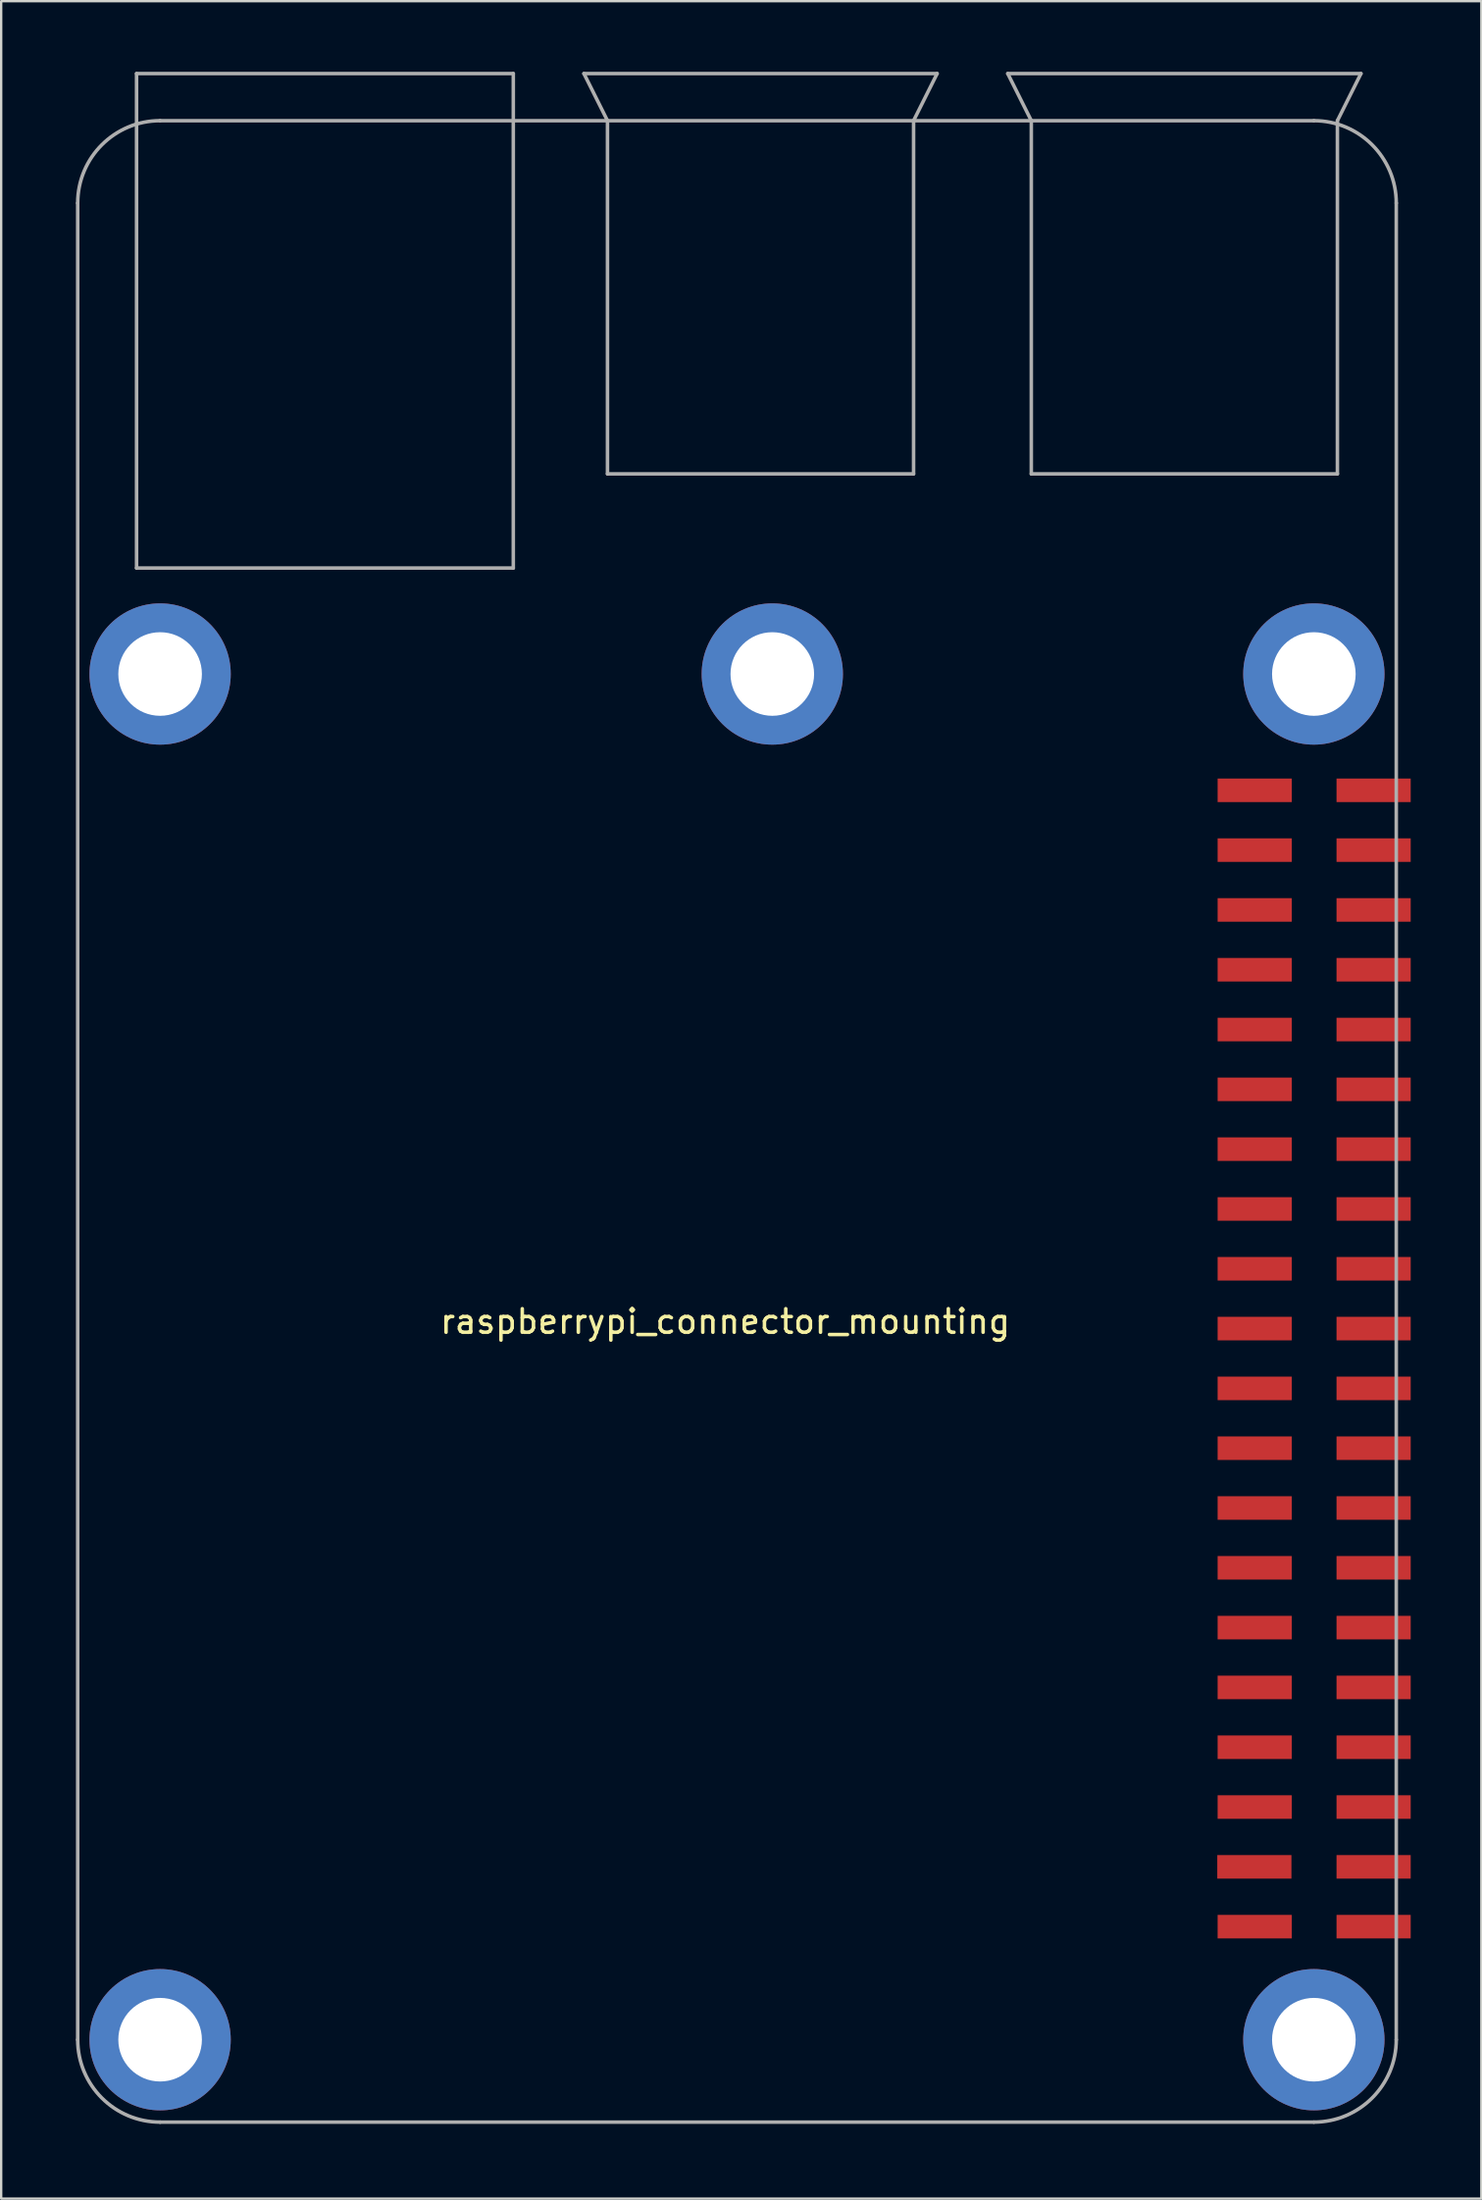
<source format=kicad_pcb>
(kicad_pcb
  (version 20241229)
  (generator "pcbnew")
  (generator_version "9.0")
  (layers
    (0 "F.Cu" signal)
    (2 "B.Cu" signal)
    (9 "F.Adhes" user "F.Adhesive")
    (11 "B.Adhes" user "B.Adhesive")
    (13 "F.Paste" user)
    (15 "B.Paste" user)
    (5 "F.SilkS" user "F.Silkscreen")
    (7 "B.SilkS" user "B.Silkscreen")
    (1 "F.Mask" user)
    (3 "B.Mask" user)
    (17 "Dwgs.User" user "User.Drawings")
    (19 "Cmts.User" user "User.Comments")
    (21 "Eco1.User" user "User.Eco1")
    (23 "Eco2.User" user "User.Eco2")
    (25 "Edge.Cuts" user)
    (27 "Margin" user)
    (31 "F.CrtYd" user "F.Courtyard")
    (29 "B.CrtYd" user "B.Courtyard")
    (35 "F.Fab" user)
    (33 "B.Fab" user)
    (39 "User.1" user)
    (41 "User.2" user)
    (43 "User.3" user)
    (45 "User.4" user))
  (footprint "raspberrypi_connector_mounting"
    (layer "F.Cu")
    (at 0.25 87.075)
    (property "Reference" "raspberrypi_connector_mounting" (at 27.5 -34 0) (layer "F.SilkS") (effects (font (size 1 1) (thickness 0.15))))
    (attr smd)
    (fp_arc (start 1.074644 -62.106339) (mid 1.69826 -63.233128) (end 2.8 -63.9) (stroke (width 1) (type solid)) (layer "F.Paste"))
    (fp_arc (start 2.8 -59.1) (mid 1.732233 -59.732233) (end 1.1 -60.8) (stroke (width 1) (type solid)) (layer "F.Paste"))
    (fp_arc (start 4.3213 -63.861242) (mid 5.312215 -63.222171) (end 5.9 -62.2) (stroke (width 1) (type solid)) (layer "F.Paste"))
    (fp_arc (start 5.871522 -60.795809) (mid 5.210681 -59.712943) (end 4.1 -59.1) (stroke (width 1) (type solid)) (layer "F.Paste"))
    (fp_arc (start 50.074644 -4.106339) (mid 50.69826 -5.233128) (end 51.8 -5.9) (stroke (width 1) (type solid)) (layer "F.Paste"))
    (fp_arc (start 51.8 -1.1) (mid 50.732233 -1.732233) (end 50.1 -2.8) (stroke (width 1) (type solid)) (layer "F.Paste"))
    (fp_arc (start 53.3213 -5.861242) (mid 54.312215 -5.222171) (end 54.9 -4.2) (stroke (width 1) (type solid)) (layer "F.Paste"))
    (fp_arc (start 54.871522 -2.795809) (mid 54.210681 -1.712943) (end 53.1 -1.1) (stroke (width 1) (type solid)) (layer "F.Paste"))
    (fp_line (start 0 -81.5) (end 0 -3.5) (stroke (width 0.15) (type solid)) (layer "F.Fab"))
    (fp_line (start 2.5 -87) (end 18.5 -87) (stroke (width 0.15) (type solid)) (layer "F.Fab"))
    (fp_line (start 2.5 -66) (end 2.5 -87) (stroke (width 0.15) (type solid)) (layer "F.Fab"))
    (fp_line (start 3.5 0) (end 52.5 0) (stroke (width 0.15) (type solid)) (layer "F.Fab"))
    (fp_line (start 18.5 -87) (end 18.5 -66) (stroke (width 0.15) (type solid)) (layer "F.Fab"))
    (fp_line (start 18.5 -66) (end 2.5 -66) (stroke (width 0.15) (type solid)) (layer "F.Fab"))
    (fp_line (start 21.5 -87) (end 36.5 -87) (stroke (width 0.15) (type solid)) (layer "F.Fab"))
    (fp_line (start 22.5 -85) (end 21.5 -87) (stroke (width 0.15) (type solid)) (layer "F.Fab"))
    (fp_line (start 22.5 -85) (end 22.5 -70) (stroke (width 0.15) (type solid)) (layer "F.Fab"))
    (fp_line (start 22.5 -70) (end 35.5 -70) (stroke (width 0.15) (type solid)) (layer "F.Fab"))
    (fp_line (start 35.5 -70) (end 35.5 -85) (stroke (width 0.15) (type solid)) (layer "F.Fab"))
    (fp_line (start 36.5 -87) (end 35.5 -85) (stroke (width 0.15) (type solid)) (layer "F.Fab"))
    (fp_line (start 39.5 -87) (end 54.5 -87) (stroke (width 0.15) (type solid)) (layer "F.Fab"))
    (fp_line (start 40.5 -85) (end 39.5 -87) (stroke (width 0.15) (type solid)) (layer "F.Fab"))
    (fp_line (start 40.5 -85) (end 40.5 -70) (stroke (width 0.15) (type solid)) (layer "F.Fab"))
    (fp_line (start 40.5 -70) (end 53.5 -70) (stroke (width 0.15) (type solid)) (layer "F.Fab"))
    (fp_line (start 52.5 -85) (end 3.5 -85) (stroke (width 0.15) (type solid)) (layer "F.Fab"))
    (fp_line (start 53.5 -70) (end 53.5 -85) (stroke (width 0.15) (type solid)) (layer "F.Fab"))
    (fp_line (start 54.5 -87) (end 53.5 -85) (stroke (width 0.15) (type solid)) (layer "F.Fab"))
    (fp_line (start 56 -3.5) (end 56 -81.5) (stroke (width 0.15) (type solid)) (layer "F.Fab"))
    (fp_arc (start 0 -81.5) (mid 1.025126 -83.974874) (end 3.5 -85) (stroke (width 0.15) (type solid)) (layer "F.Fab"))
    (fp_arc (start 3.5 0) (mid 1.025126 -1.025126) (end 0 -3.5) (stroke (width 0.15) (type solid)) (layer "F.Fab"))
    (fp_arc (start 52.5 -85) (mid 54.974874 -83.974874) (end 56 -81.5) (stroke (width 0.15) (type solid)) (layer "F.Fab"))
    (fp_arc (start 56 -3.5) (mid 54.974874 -1.025126) (end 52.5 0) (stroke (width 0.15) (type solid)) (layer "F.Fab"))
    (pad "1" smd rect (at 49.988 -8.301 180) (size 3.15 1) (layers "F.Cu" "F.Mask" "F.Paste"))
    (pad "2" smd rect (at 55.038 -8.301 180) (size 3.15 1) (layers "F.Cu" "F.Mask" "F.Paste"))
    (pad "3" smd rect (at 49.973 -10.841 180) (size 3.15 1) (layers "F.Cu" "F.Mask" "F.Paste"))
    (pad "4" smd rect (at 55.038 -10.841 180) (size 3.15 1) (layers "F.Cu" "F.Mask" "F.Paste"))
    (pad "5" smd rect (at 49.988 -13.381 180) (size 3.15 1) (layers "F.Cu" "F.Mask" "F.Paste"))
    (pad "6" smd rect (at 55.038 -13.381 180) (size 3.15 1) (layers "F.Cu" "F.Mask" "F.Paste"))
    (pad "7" smd rect (at 49.988 -15.921 180) (size 3.15 1) (layers "F.Cu" "F.Mask" "F.Paste"))
    (pad "8" smd rect (at 55.038 -15.921 180) (size 3.15 1) (layers "F.Cu" "F.Mask" "F.Paste"))
    (pad "9" smd rect (at 49.988 -18.461 180) (size 3.15 1) (layers "F.Cu" "F.Mask" "F.Paste"))
    (pad "10" smd rect (at 55.038 -18.461 180) (size 3.15 1) (layers "F.Cu" "F.Mask" "F.Paste"))
    (pad "11" smd rect (at 49.988 -21.001 180) (size 3.15 1) (layers "F.Cu" "F.Mask" "F.Paste"))
    (pad "12" smd rect (at 55.038 -21.001 180) (size 3.15 1) (layers "F.Cu" "F.Mask" "F.Paste"))
    (pad "13" smd rect (at 49.988 -23.541 180) (size 3.15 1) (layers "F.Cu" "F.Mask" "F.Paste"))
    (pad "14" smd rect (at 55.038 -23.541 180) (size 3.15 1) (layers "F.Cu" "F.Mask" "F.Paste"))
    (pad "15" smd rect (at 49.988 -26.081 180) (size 3.15 1) (layers "F.Cu" "F.Mask" "F.Paste"))
    (pad "16" smd rect (at 55.038 -26.081 180) (size 3.15 1) (layers "F.Cu" "F.Mask" "F.Paste"))
    (pad "17" smd rect (at 49.988 -28.621 180) (size 3.15 1) (layers "F.Cu" "F.Mask" "F.Paste"))
    (pad "18" smd rect (at 55.038 -28.621 180) (size 3.15 1) (layers "F.Cu" "F.Mask" "F.Paste"))
    (pad "19" smd rect (at 49.988 -31.161 180) (size 3.15 1) (layers "F.Cu" "F.Mask" "F.Paste"))
    (pad "20" smd rect (at 55.038 -31.161 180) (size 3.15 1) (layers "F.Cu" "F.Mask" "F.Paste"))
    (pad "21" smd rect (at 49.988 -33.701 180) (size 3.15 1) (layers "F.Cu" "F.Mask" "F.Paste"))
    (pad "22" smd rect (at 55.038 -33.701 180) (size 3.15 1) (layers "F.Cu" "F.Mask" "F.Paste"))
    (pad "23" smd rect (at 49.988 -36.241 180) (size 3.15 1) (layers "F.Cu" "F.Mask" "F.Paste"))
    (pad "24" smd rect (at 55.038 -36.241 180) (size 3.15 1) (layers "F.Cu" "F.Mask" "F.Paste"))
    (pad "25" smd rect (at 49.988 -38.781 180) (size 3.15 1) (layers "F.Cu" "F.Mask" "F.Paste"))
    (pad "26" smd rect (at 55.038 -38.781 180) (size 3.15 1) (layers "F.Cu" "F.Mask" "F.Paste"))
    (pad "27" smd rect (at 49.988 -41.321 180) (size 3.15 1) (layers "F.Cu" "F.Mask" "F.Paste"))
    (pad "28" smd rect (at 55.038 -41.321 180) (size 3.15 1) (layers "F.Cu" "F.Mask" "F.Paste"))
    (pad "29" smd rect (at 49.988 -43.861 180) (size 3.15 1) (layers "F.Cu" "F.Mask" "F.Paste"))
    (pad "30" smd rect (at 55.038 -43.861 180) (size 3.15 1) (layers "F.Cu" "F.Mask" "F.Paste"))
    (pad "31" smd rect (at 49.988 -46.401 180) (size 3.15 1) (layers "F.Cu" "F.Mask" "F.Paste"))
    (pad "32" smd rect (at 55.038 -46.401 180) (size 3.15 1) (layers "F.Cu" "F.Mask" "F.Paste"))
    (pad "33" smd rect (at 49.988 -48.941 180) (size 3.15 1) (layers "F.Cu" "F.Mask" "F.Paste"))
    (pad "34" smd rect (at 55.038 -48.941 180) (size 3.15 1) (layers "F.Cu" "F.Mask" "F.Paste"))
    (pad "35" smd rect (at 49.988 -51.481 180) (size 3.15 1) (layers "F.Cu" "F.Mask" "F.Paste"))
    (pad "36" smd rect (at 55.038 -51.481 180) (size 3.15 1) (layers "F.Cu" "F.Mask" "F.Paste"))
    (pad "37" smd rect (at 49.988 -54.021 180) (size 3.15 1) (layers "F.Cu" "F.Mask" "F.Paste"))
    (pad "38" smd rect (at 55.038 -54.021 180) (size 3.15 1) (layers "F.Cu" "F.Mask" "F.Paste"))
    (pad "39" smd rect (at 49.988 -56.561 180) (size 3.15 1) (layers "F.Cu" "F.Mask" "F.Paste"))
    (pad "40" smd rect (at 55.038 -56.561 180) (size 3.15 1) (layers "F.Cu" "F.Mask" "F.Paste"))
    (pad "~" thru_hole circle (at 3.5 -61.5) (size 6 6) (drill 3.55) (layers "*.Cu" "*.Mask"))
    (pad "~" thru_hole circle (at 3.5 -3.5) (size 6 6) (drill 3.55) (layers "*.Cu" "*.Mask"))
    (pad "~" thru_hole circle (at 29.5 -61.5) (size 6 6) (drill 3.55) (layers "*.Cu" "*.Mask"))
    (pad "~" thru_hole circle (at 52.5 -61.5) (size 6 6) (drill 3.55) (layers "*.Cu" "*.Mask"))
    (pad "~" thru_hole circle (at 52.5 -3.5) (size 6 6) (drill 3.55) (layers "*.Cu" "*.Mask")))
  (gr_rect
    (start -3 -3)
    (end 59.863 90.325)
    (stroke (width 0.1) (type default))
    (fill no)
    (layer "Edge.Cuts")))
</source>
